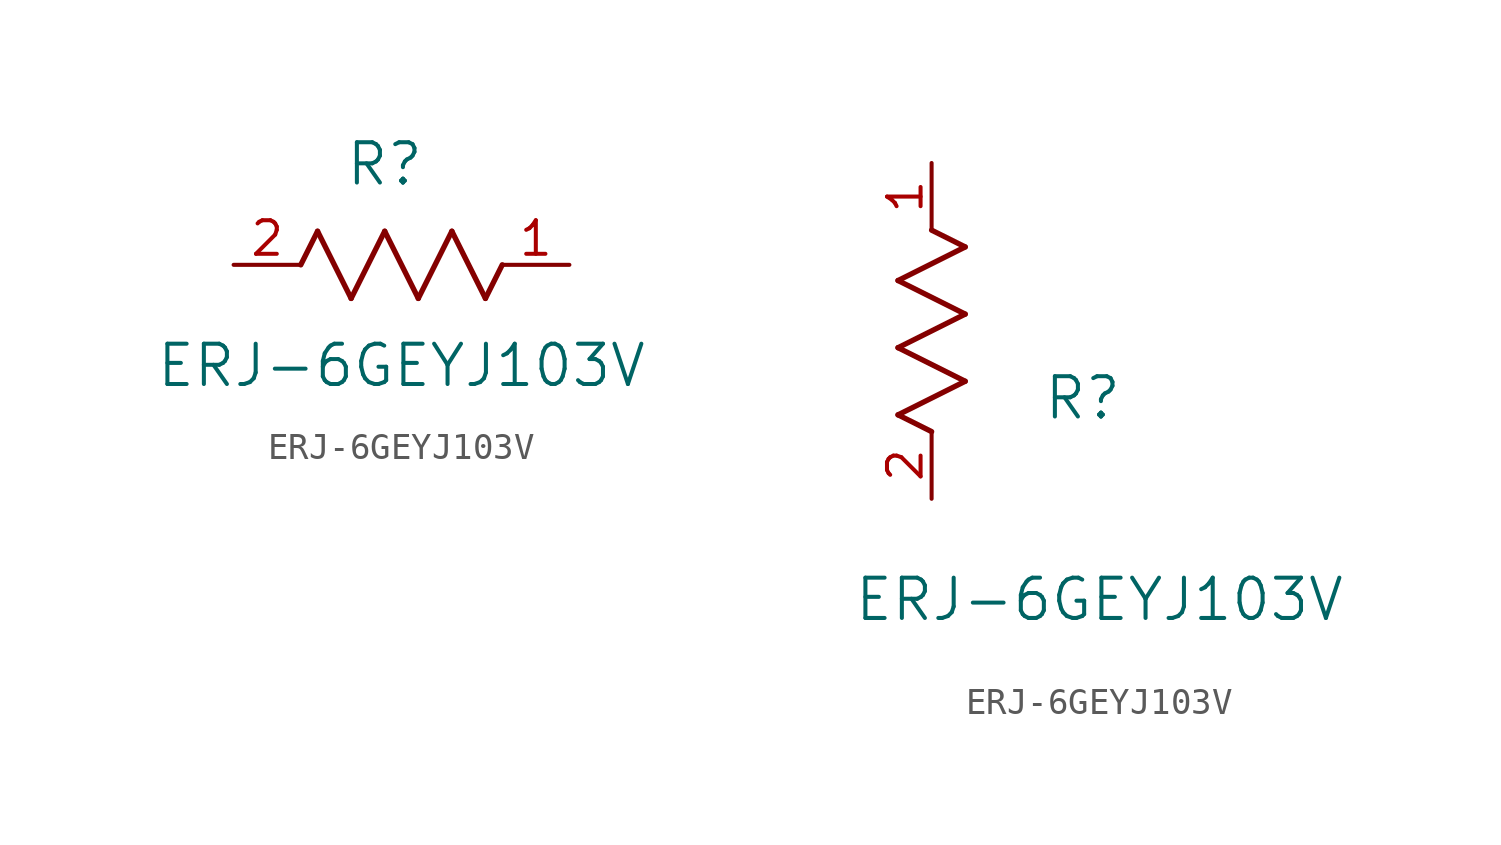
<source format=kicad_sym>
(kicad_symbol_lib
  (version 20211014)
  (generator kicad_symbol_editor)
  (symbol "ERJ-6GEYJ103V"
    (pin_names
      (offset 0.254))
    (property "Reference" "R"
      (at 5.715 3.81 0)
      (effects (font (size 1.524 1.524))))
    (property "Value" "ERJ-6GEYJ103V"
      (at 6.35 -3.81 0)
      (effects (font (size 1.524 1.524))))
    (symbol "ERJ-6GEYJ103V_1_1"
      (polyline (pts (xy 3.175 1.27) (xy 4.445 -1.27)) (stroke (width 0.203) (type default) (color 0 0 0 0)) (fill (type none)))
      (polyline (pts (xy 4.445 -1.27) (xy 5.715 1.27)) (stroke (width 0.203) (type default) (color 0 0 0 0)) (fill (type none)))
      (polyline (pts (xy 5.715 1.27) (xy 6.985 -1.27)) (stroke (width 0.203) (type default) (color 0 0 0 0)) (fill (type none)))
      (polyline (pts (xy 6.985 -1.27) (xy 8.255 1.27)) (stroke (width 0.203) (type default) (color 0 0 0 0)) (fill (type none)))
      (polyline (pts (xy 8.255 1.27) (xy 9.525 -1.27)) (stroke (width 0.203) (type default) (color 0 0 0 0)) (fill (type none)))
      (polyline (pts (xy 2.54 0) (xy 3.175 1.27)) (stroke (width 0.203) (type default) (color 0 0 0 0)) (fill (type none)))
      (polyline (pts (xy 9.525 -1.27) (xy 10.16 0)) (stroke (width 0.203) (type default) (color 0 0 0 0)) (fill (type none)))
      (pin unspecified line (at 12.7 0 180) (length 2.54) (name "" (effects (font (size 1.27 1.27)))) (number "1" (effects (font (size 1.27 1.27)))))
      (pin unspecified line (at 0 0 0) (length 2.54) (name "" (effects (font (size 1.27 1.27)))) (number "2" (effects (font (size 1.27 1.27))))))
    (symbol "ERJ-6GEYJ103V_1_2"
      (polyline (pts (xy 0 2.54) (xy -1.27 3.175)) (stroke (width 0.203) (type default) (color 0 0 0 0)) (fill (type none)))
      (polyline (pts (xy -1.27 3.175) (xy 1.27 4.445)) (stroke (width 0.203) (type default) (color 0 0 0 0)) (fill (type none)))
      (polyline (pts (xy 1.27 4.445) (xy -1.27 5.715)) (stroke (width 0.203) (type default) (color 0 0 0 0)) (fill (type none)))
      (polyline (pts (xy -1.27 5.715) (xy 1.27 6.985)) (stroke (width 0.203) (type default) (color 0 0 0 0)) (fill (type none)))
      (polyline (pts (xy -1.27 8.255) (xy 1.27 9.525)) (stroke (width 0.203) (type default) (color 0 0 0 0)) (fill (type none)))
      (polyline (pts (xy 1.27 9.525) (xy 0 10.16)) (stroke (width 0.203) (type default) (color 0 0 0 0)) (fill (type none)))
      (polyline (pts (xy 1.27 6.985) (xy -1.27 8.255)) (stroke (width 0.203) (type default) (color 0 0 0 0)) (fill (type none)))
      (pin unspecified line (at 0 12.7 270) (length 2.54) (name "" (effects (font (size 1.27 1.27)))) (number "1" (effects (font (size 1.27 1.27)))))
      (pin unspecified line (at 0 0 90) (length 2.54) (name "" (effects (font (size 1.27 1.27)))) (number "2" (effects (font (size 1.27 1.27))))))))
</source>
